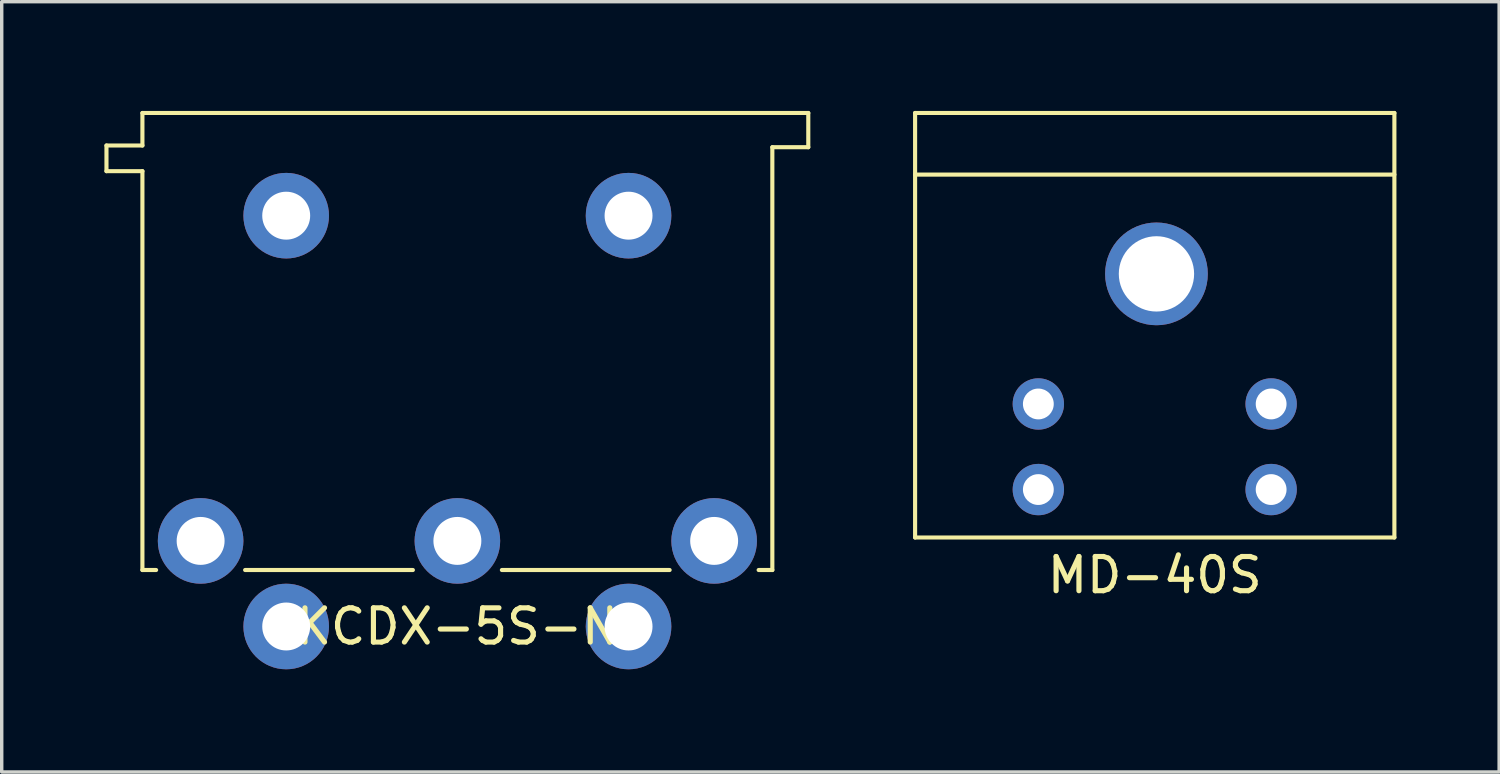
<source format=kicad_pcb>
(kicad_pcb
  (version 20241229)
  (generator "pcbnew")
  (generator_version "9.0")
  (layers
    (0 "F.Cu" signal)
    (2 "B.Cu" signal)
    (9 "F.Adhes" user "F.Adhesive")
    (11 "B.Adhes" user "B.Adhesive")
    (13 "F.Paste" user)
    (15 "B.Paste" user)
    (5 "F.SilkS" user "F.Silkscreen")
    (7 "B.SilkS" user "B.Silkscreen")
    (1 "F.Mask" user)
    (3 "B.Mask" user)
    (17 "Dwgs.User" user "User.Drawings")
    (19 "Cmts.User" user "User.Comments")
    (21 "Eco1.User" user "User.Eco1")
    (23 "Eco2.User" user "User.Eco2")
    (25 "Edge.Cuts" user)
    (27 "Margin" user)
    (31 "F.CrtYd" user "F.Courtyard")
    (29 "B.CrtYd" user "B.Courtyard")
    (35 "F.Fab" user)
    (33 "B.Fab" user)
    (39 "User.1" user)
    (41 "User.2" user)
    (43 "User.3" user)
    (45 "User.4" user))
  (footprint "KCDX-5S-N"
    (layer "F.Cu")
    (at 10.31 0.25)
    (property "Reference" "KCDX-5S-N" (at 0 15 0) (layer "F.SilkS") (effects (font (size 1 1) (thickness 0.15))))
    (attr through_hole)
    (fp_line (start -10.25 0.95) (end -10.25 1.7) (stroke (width 0.12) (type solid)) (layer "F.SilkS"))
    (fp_line (start -10.25 1.7) (end -9.2 1.7) (stroke (width 0.12) (type solid)) (layer "F.SilkS"))
    (fp_line (start -9.2 0) (end -9.2 0.95) (stroke (width 0.12) (type solid)) (layer "F.SilkS"))
    (fp_line (start -9.2 0.95) (end -10.25 0.95) (stroke (width 0.12) (type solid)) (layer "F.SilkS"))
    (fp_line (start -9.2 1.7) (end -9.2 13.35) (stroke (width 0.12) (type solid)) (layer "F.SilkS"))
    (fp_line (start -9.2 13.35) (end -8.8 13.35) (stroke (width 0.12) (type solid)) (layer "F.SilkS"))
    (fp_line (start -6.2 13.35) (end -1.3 13.35) (stroke (width 0.12) (type solid)) (layer "F.SilkS"))
    (fp_line (start 1.3 13.35) (end 6.2 13.35) (stroke (width 0.12) (type solid)) (layer "F.SilkS"))
    (fp_line (start 9.2 13.35) (end 8.8 13.35) (stroke (width 0.12) (type solid)) (layer "F.SilkS"))
    (fp_line (start 9.2 13.35) (end 9.2 1) (stroke (width 0.12) (type solid)) (layer "F.SilkS"))
    (fp_line (start 10.25 0) (end -9.2 0) (stroke (width 0.12) (type solid)) (layer "F.SilkS"))
    (fp_line (start 10.25 1) (end 9.2 1) (stroke (width 0.12) (type solid)) (layer "F.SilkS"))
    (fp_line (start 10.25 1) (end 10.25 0) (stroke (width 0.12) (type solid)) (layer "F.SilkS"))
    (pad "0" thru_hole circle (at -5 3) (size 2.5 2.5) (drill 1.4) (layers "*.Cu" "*.Mask"))
    (pad "0" thru_hole circle (at 5 3) (size 2.5 2.5) (drill 1.4) (layers "*.Cu" "*.Mask"))
    (pad "1" thru_hole circle (at -7.5 12.5) (size 2.5 2.5) (drill 1.4) (layers "*.Cu" "*.Mask"))
    (pad "2" thru_hole circle (at 0 12.5) (size 2.5 2.5) (drill 1.4) (layers "*.Cu" "*.Mask"))
    (pad "3" thru_hole circle (at 7.5 12.5) (size 2.5 2.5) (drill 1.4) (layers "*.Cu" "*.Mask"))
    (pad "4" thru_hole circle (at -5 15) (size 2.5 2.5) (drill 1.4) (layers "*.Cu" "*.Mask"))
    (pad "5" thru_hole circle (at 5 15) (size 2.5 2.5) (drill 1.4) (layers "*.Cu" "*.Mask")))
  (footprint "MD-40S"
    (layer "F.Cu")
    (at 30.68 0.25)
    (property "Reference" "MD-40S" (at 0 13.5 0) (layer "F.SilkS") (effects (font (size 1 1) (thickness 0.15))))
    (attr through_hole)
    (fp_line (start -7 0) (end -7 12.4) (stroke (width 0.12) (type solid)) (layer "F.SilkS"))
    (fp_line (start -7 1.8) (end 7 1.8) (stroke (width 0.12) (type solid)) (layer "F.SilkS"))
    (fp_line (start -7 12.4) (end 7 12.4) (stroke (width 0.12) (type solid)) (layer "F.SilkS"))
    (fp_line (start 7 0) (end -7 0) (stroke (width 0.12) (type solid)) (layer "F.SilkS"))
    (fp_line (start 7 12.4) (end 7 0) (stroke (width 0.12) (type solid)) (layer "F.SilkS"))
    (pad "0" thru_hole circle (at 0.05 4.7) (size 3 3) (drill 2.2) (layers "*.Cu" "*.Mask"))
    (pad "1" thru_hole circle (at -3.4 8.5) (size 1.5 1.5) (drill 0.9) (layers "*.Cu" "*.Mask"))
    (pad "2" thru_hole circle (at 3.4 8.5) (size 1.5 1.5) (drill 0.9) (layers "*.Cu" "*.Mask"))
    (pad "3" thru_hole circle (at -3.4 11) (size 1.5 1.5) (drill 0.9) (layers "*.Cu" "*.Mask"))
    (pad "4" thru_hole circle (at 3.4 11) (size 1.5 1.5) (drill 0.9) (layers "*.Cu" "*.Mask")))
  (gr_rect
    (start -3 -3)
    (end 40.74 19.5)
    (stroke (width 0.1) (type default))
    (fill no)
    (layer "Edge.Cuts")))
</source>
